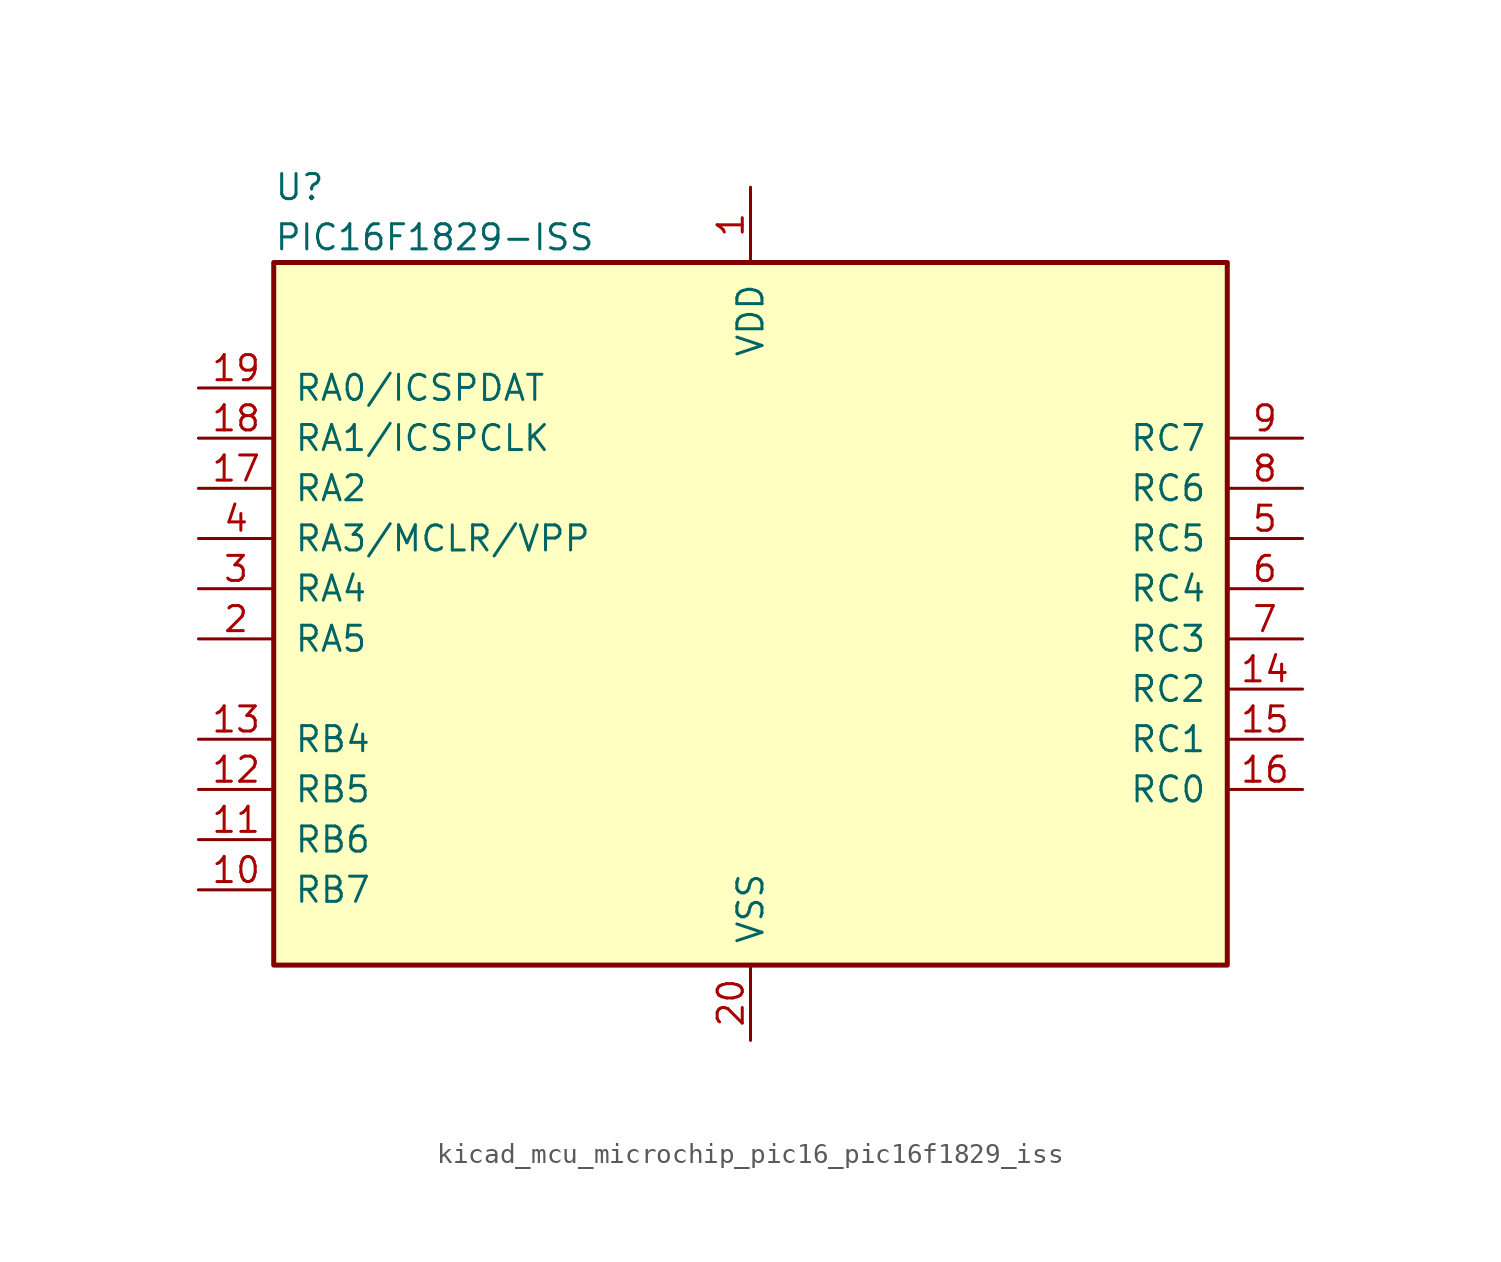
<source format=kicad_sym>
(kicad_symbol_lib
  (version 20220914)
  (generator kicad_symbol_editor)
  (symbol "kicad_mcu_microchip_pic16_pic16f1829_iss"
    (pin_names
      (offset 1.016))
    (property "Reference" "U"
      (at -24.13 22.86 0)
      (effects (font (size 1.27 1.27)) (justify left)))
    (property "Value" "PIC16F1829-ISS"
      (at -24.13 20.32 0)
      (effects (font (size 1.27 1.27)) (justify left)))
    (symbol "kicad_mcu_microchip_pic16_pic16f1829_iss_0_1"
      (rectangle (start -24.13 19.05) (end 24.13 -16.51) (stroke (width 0.254) (type default)) (fill (type background))))
    (symbol "kicad_mcu_microchip_pic16_pic16f1829_iss_1_1"
      (pin power_in line (at 0 22.86 270) (length 3.81) (name "VDD" (effects (font (size 1.27 1.27)))) (number "1" (effects (font (size 1.27 1.27)))))
      (pin bidirectional line (at -27.94 -12.7 0) (length 3.81) (name "RB7" (effects (font (size 1.27 1.27)))) (number "10" (effects (font (size 1.27 1.27)))))
      (pin bidirectional line (at -27.94 -10.16 0) (length 3.81) (name "RB6" (effects (font (size 1.27 1.27)))) (number "11" (effects (font (size 1.27 1.27)))))
      (pin bidirectional line (at -27.94 -7.62 0) (length 3.81) (name "RB5" (effects (font (size 1.27 1.27)))) (number "12" (effects (font (size 1.27 1.27)))))
      (pin bidirectional line (at -27.94 -5.08 0) (length 3.81) (name "RB4" (effects (font (size 1.27 1.27)))) (number "13" (effects (font (size 1.27 1.27)))))
      (pin bidirectional line (at 27.94 -2.54 180) (length 3.81) (name "RC2" (effects (font (size 1.27 1.27)))) (number "14" (effects (font (size 1.27 1.27)))))
      (pin bidirectional line (at 27.94 -5.08 180) (length 3.81) (name "RC1" (effects (font (size 1.27 1.27)))) (number "15" (effects (font (size 1.27 1.27)))))
      (pin bidirectional line (at 27.94 -7.62 180) (length 3.81) (name "RC0" (effects (font (size 1.27 1.27)))) (number "16" (effects (font (size 1.27 1.27)))))
      (pin bidirectional line (at -27.94 7.62 0) (length 3.81) (name "RA2" (effects (font (size 1.27 1.27)))) (number "17" (effects (font (size 1.27 1.27)))))
      (pin bidirectional line (at -27.94 10.16 0) (length 3.81) (name "RA1/ICSPCLK" (effects (font (size 1.27 1.27)))) (number "18" (effects (font (size 1.27 1.27)))))
      (pin bidirectional line (at -27.94 12.7 0) (length 3.81) (name "RA0/ICSPDAT" (effects (font (size 1.27 1.27)))) (number "19" (effects (font (size 1.27 1.27)))))
      (pin bidirectional line (at -27.94 0 0) (length 3.81) (name "RA5" (effects (font (size 1.27 1.27)))) (number "2" (effects (font (size 1.27 1.27)))))
      (pin power_in line (at 0 -20.32 90) (length 3.81) (name "VSS" (effects (font (size 1.27 1.27)))) (number "20" (effects (font (size 1.27 1.27)))))
      (pin bidirectional line (at -27.94 2.54 0) (length 3.81) (name "RA4" (effects (font (size 1.27 1.27)))) (number "3" (effects (font (size 1.27 1.27)))))
      (pin bidirectional line (at -27.94 5.08 0) (length 3.81) (name "RA3/MCLR/VPP" (effects (font (size 1.27 1.27)))) (number "4" (effects (font (size 1.27 1.27)))))
      (pin bidirectional line (at 27.94 5.08 180) (length 3.81) (name "RC5" (effects (font (size 1.27 1.27)))) (number "5" (effects (font (size 1.27 1.27)))))
      (pin bidirectional line (at 27.94 2.54 180) (length 3.81) (name "RC4" (effects (font (size 1.27 1.27)))) (number "6" (effects (font (size 1.27 1.27)))))
      (pin bidirectional line (at 27.94 0 180) (length 3.81) (name "RC3" (effects (font (size 1.27 1.27)))) (number "7" (effects (font (size 1.27 1.27)))))
      (pin bidirectional line (at 27.94 7.62 180) (length 3.81) (name "RC6" (effects (font (size 1.27 1.27)))) (number "8" (effects (font (size 1.27 1.27)))))
      (pin bidirectional line (at 27.94 10.16 180) (length 3.81) (name "RC7" (effects (font (size 1.27 1.27)))) (number "9" (effects (font (size 1.27 1.27))))))))
</source>
